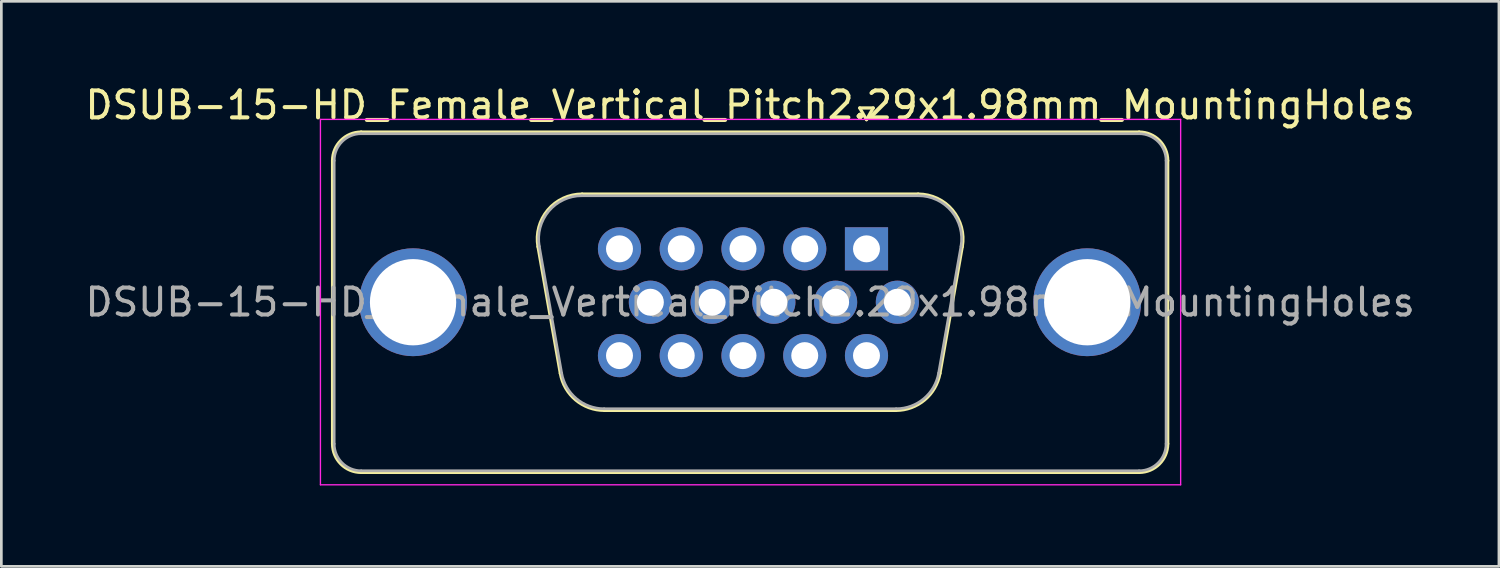
<source format=kicad_pcb>
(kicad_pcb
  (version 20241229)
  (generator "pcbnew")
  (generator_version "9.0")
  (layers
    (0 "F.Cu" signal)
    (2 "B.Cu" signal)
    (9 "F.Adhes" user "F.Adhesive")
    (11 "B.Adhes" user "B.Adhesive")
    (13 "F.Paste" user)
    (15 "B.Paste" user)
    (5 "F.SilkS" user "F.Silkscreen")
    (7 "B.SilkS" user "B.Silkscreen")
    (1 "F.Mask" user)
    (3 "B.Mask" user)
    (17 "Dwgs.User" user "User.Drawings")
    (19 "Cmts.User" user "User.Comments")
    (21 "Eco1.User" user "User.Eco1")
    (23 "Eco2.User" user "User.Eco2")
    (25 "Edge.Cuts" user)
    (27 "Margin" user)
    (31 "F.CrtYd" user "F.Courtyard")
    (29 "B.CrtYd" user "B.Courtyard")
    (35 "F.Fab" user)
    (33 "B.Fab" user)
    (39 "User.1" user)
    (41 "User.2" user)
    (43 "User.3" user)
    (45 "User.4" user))
  (footprint "DSUB-15-HD_Female_Vertical_Pitch2.29x1.98mm_MountingHoles"
    (layer "F.Cu")
    (at 29.083 6.178)
    (property "Reference" "DSUB-15-HD_Female_Vertical_Pitch2.29x1.98mm_MountingHoles" (at -4.315 -5.33 0) (layer "F.SilkS") (effects (font (size 1 1) (thickness 0.15))))
    (attr through_hole)
    (fp_line (start -19.8 7.23) (end -19.8 -3.27) (stroke (width 0.12) (type solid)) (layer "F.SilkS"))
    (fp_line (start -18.74 -4.33) (end 10.11 -4.33) (stroke (width 0.12) (type solid)) (layer "F.SilkS"))
    (fp_line (start -12.181 -0.082) (end -11.353 4.618) (stroke (width 0.12) (type solid)) (layer "F.SilkS"))
    (fp_line (start -10.547 -2.03) (end 1.917 -2.03) (stroke (width 0.12) (type solid)) (layer "F.SilkS"))
    (fp_line (start -9.718 5.99) (end 1.088 5.99) (stroke (width 0.12) (type solid)) (layer "F.SilkS"))
    (fp_line (start -0.25 -5.224) (end 0.25 -5.224) (stroke (width 0.12) (type solid)) (layer "F.SilkS"))
    (fp_line (start 0 -4.791) (end -0.25 -5.224) (stroke (width 0.12) (type solid)) (layer "F.SilkS"))
    (fp_line (start 0.25 -5.224) (end 0 -4.791) (stroke (width 0.12) (type solid)) (layer "F.SilkS"))
    (fp_line (start 3.551 -0.082) (end 2.723 4.618) (stroke (width 0.12) (type solid)) (layer "F.SilkS"))
    (fp_line (start 10.11 8.29) (end -18.74 8.29) (stroke (width 0.12) (type solid)) (layer "F.SilkS"))
    (fp_line (start 11.17 -3.27) (end 11.17 7.23) (stroke (width 0.12) (type solid)) (layer "F.SilkS"))
    (fp_arc (start -19.8 -3.27) (mid -19.489533 -4.019533) (end -18.74 -4.33) (stroke (width 0.12) (type solid)) (layer "F.SilkS"))
    (fp_arc (start -18.74 8.29) (mid -19.489533 7.979533) (end -19.8 7.23) (stroke (width 0.12) (type solid)) (layer "F.SilkS"))
    (fp_arc (start -12.18147 -0.081744) (mid -11.818323 -1.437028) (end -10.546689 -2.03) (stroke (width 0.12) (type solid)) (layer "F.SilkS"))
    (fp_arc (start -9.717952 5.99) (mid -10.784979 5.601634) (end -11.352733 4.618256) (stroke (width 0.12) (type solid)) (layer "F.SilkS"))
    (fp_arc (start 1.916689 -2.03) (mid 3.188323 -1.437027) (end 3.55147 -0.081744) (stroke (width 0.12) (type solid)) (layer "F.SilkS"))
    (fp_arc (start 2.722733 4.618256) (mid 2.15498 5.601634) (end 1.087952 5.99) (stroke (width 0.12) (type solid)) (layer "F.SilkS"))
    (fp_arc (start 10.11 -4.33) (mid 10.859533 -4.019533) (end 11.17 -3.27) (stroke (width 0.12) (type solid)) (layer "F.SilkS"))
    (fp_arc (start 11.17 7.23) (mid 10.859533 7.979533) (end 10.11 8.29) (stroke (width 0.12) (type solid)) (layer "F.SilkS"))
    (fp_line (start -20.25 -4.8) (end -20.25 8.75) (stroke (width 0.05) (type solid)) (layer "F.CrtYd"))
    (fp_line (start -20.25 8.75) (end 11.65 8.75) (stroke (width 0.05) (type solid)) (layer "F.CrtYd"))
    (fp_line (start 11.65 -4.8) (end -20.25 -4.8) (stroke (width 0.05) (type solid)) (layer "F.CrtYd"))
    (fp_line (start 11.65 8.75) (end 11.65 -4.8) (stroke (width 0.05) (type solid)) (layer "F.CrtYd"))
    (fp_line (start -19.74 7.23) (end -19.74 -3.27) (stroke (width 0.1) (type solid)) (layer "F.Fab"))
    (fp_line (start -18.74 -4.27) (end 10.11 -4.27) (stroke (width 0.1) (type solid)) (layer "F.Fab"))
    (fp_line (start -12.134 -0.092) (end -11.305 4.608) (stroke (width 0.1) (type solid)) (layer "F.Fab"))
    (fp_line (start -10.558 -1.97) (end 1.928 -1.97) (stroke (width 0.1) (type solid)) (layer "F.Fab"))
    (fp_line (start -9.729 5.93) (end 1.099 5.93) (stroke (width 0.1) (type solid)) (layer "F.Fab"))
    (fp_line (start 3.504 -0.092) (end 2.675 4.608) (stroke (width 0.1) (type solid)) (layer "F.Fab"))
    (fp_line (start 10.11 8.23) (end -18.74 8.23) (stroke (width 0.1) (type solid)) (layer "F.Fab"))
    (fp_line (start 11.11 -3.27) (end 11.11 7.23) (stroke (width 0.1) (type solid)) (layer "F.Fab"))
    (fp_arc (start -19.74 -3.27) (mid -19.447107 -3.977107) (end -18.74 -4.27) (stroke (width 0.1) (type solid)) (layer "F.Fab"))
    (fp_arc (start -18.74 8.23) (mid -19.447107 7.937107) (end -19.74 7.23) (stroke (width 0.1) (type solid)) (layer "F.Fab"))
    (fp_arc (start -12.133886 -0.092163) (mid -11.783865 -1.39846) (end -10.558194 -1.97) (stroke (width 0.1) (type solid)) (layer "F.Fab"))
    (fp_arc (start -9.729457 5.93) (mid -10.757917 5.555671) (end -11.305149 4.607837) (stroke (width 0.1) (type solid)) (layer "F.Fab"))
    (fp_arc (start 1.928194 -1.97) (mid 3.153865 -1.39846) (end 3.503886 -0.092163) (stroke (width 0.1) (type solid)) (layer "F.Fab"))
    (fp_arc (start 2.675149 4.607837) (mid 2.127917 5.555671) (end 1.099457 5.93) (stroke (width 0.1) (type solid)) (layer "F.Fab"))
    (fp_arc (start 10.11 -4.27) (mid 10.817107 -3.977107) (end 11.11 -3.27) (stroke (width 0.1) (type solid)) (layer "F.Fab"))
    (fp_arc (start 11.11 7.23) (mid 10.817107 7.937107) (end 10.11 8.23) (stroke (width 0.1) (type solid)) (layer "F.Fab"))
    (fp_text user "${REFERENCE}" (at -4.315 1.98 0) (layer "F.Fab") (effects (font (size 1 1) (thickness 0.15))))
    (pad "0" thru_hole circle (at -16.815 1.98) (size 4 4) (drill 3.2) (layers "*.Cu" "*.Mask"))
    (pad "0" thru_hole circle (at 8.185 1.98) (size 4 4) (drill 3.2) (layers "*.Cu" "*.Mask"))
    (pad "1" thru_hole rect (at 0 0) (size 1.6 1.6) (drill 1) (layers "*.Cu" "*.Mask"))
    (pad "2" thru_hole circle (at -2.29 0) (size 1.6 1.6) (drill 1) (layers "*.Cu" "*.Mask"))
    (pad "3" thru_hole circle (at -4.58 0) (size 1.6 1.6) (drill 1) (layers "*.Cu" "*.Mask"))
    (pad "4" thru_hole circle (at -6.87 0) (size 1.6 1.6) (drill 1) (layers "*.Cu" "*.Mask"))
    (pad "5" thru_hole circle (at -9.16 0) (size 1.6 1.6) (drill 1) (layers "*.Cu" "*.Mask"))
    (pad "6" thru_hole circle (at 1.145 1.98) (size 1.6 1.6) (drill 1) (layers "*.Cu" "*.Mask"))
    (pad "7" thru_hole circle (at -1.145 1.98) (size 1.6 1.6) (drill 1) (layers "*.Cu" "*.Mask"))
    (pad "8" thru_hole circle (at -3.435 1.98) (size 1.6 1.6) (drill 1) (layers "*.Cu" "*.Mask"))
    (pad "9" thru_hole circle (at -5.725 1.98) (size 1.6 1.6) (drill 1) (layers "*.Cu" "*.Mask"))
    (pad "10" thru_hole circle (at -8.015 1.98) (size 1.6 1.6) (drill 1) (layers "*.Cu" "*.Mask"))
    (pad "11" thru_hole circle (at 0 3.96) (size 1.6 1.6) (drill 1) (layers "*.Cu" "*.Mask"))
    (pad "12" thru_hole circle (at -2.29 3.96) (size 1.6 1.6) (drill 1) (layers "*.Cu" "*.Mask"))
    (pad "13" thru_hole circle (at -4.58 3.96) (size 1.6 1.6) (drill 1) (layers "*.Cu" "*.Mask"))
    (pad "14" thru_hole circle (at -6.87 3.96) (size 1.6 1.6) (drill 1) (layers "*.Cu" "*.Mask"))
    (pad "15" thru_hole circle (at -9.16 3.96) (size 1.6 1.6) (drill 1) (layers "*.Cu" "*.Mask")))
  (gr_rect
    (start -3 -3)
    (end 52.536 17.953)
    (stroke (width 0.1) (type default))
    (fill no)
    (layer "Edge.Cuts")))
</source>
